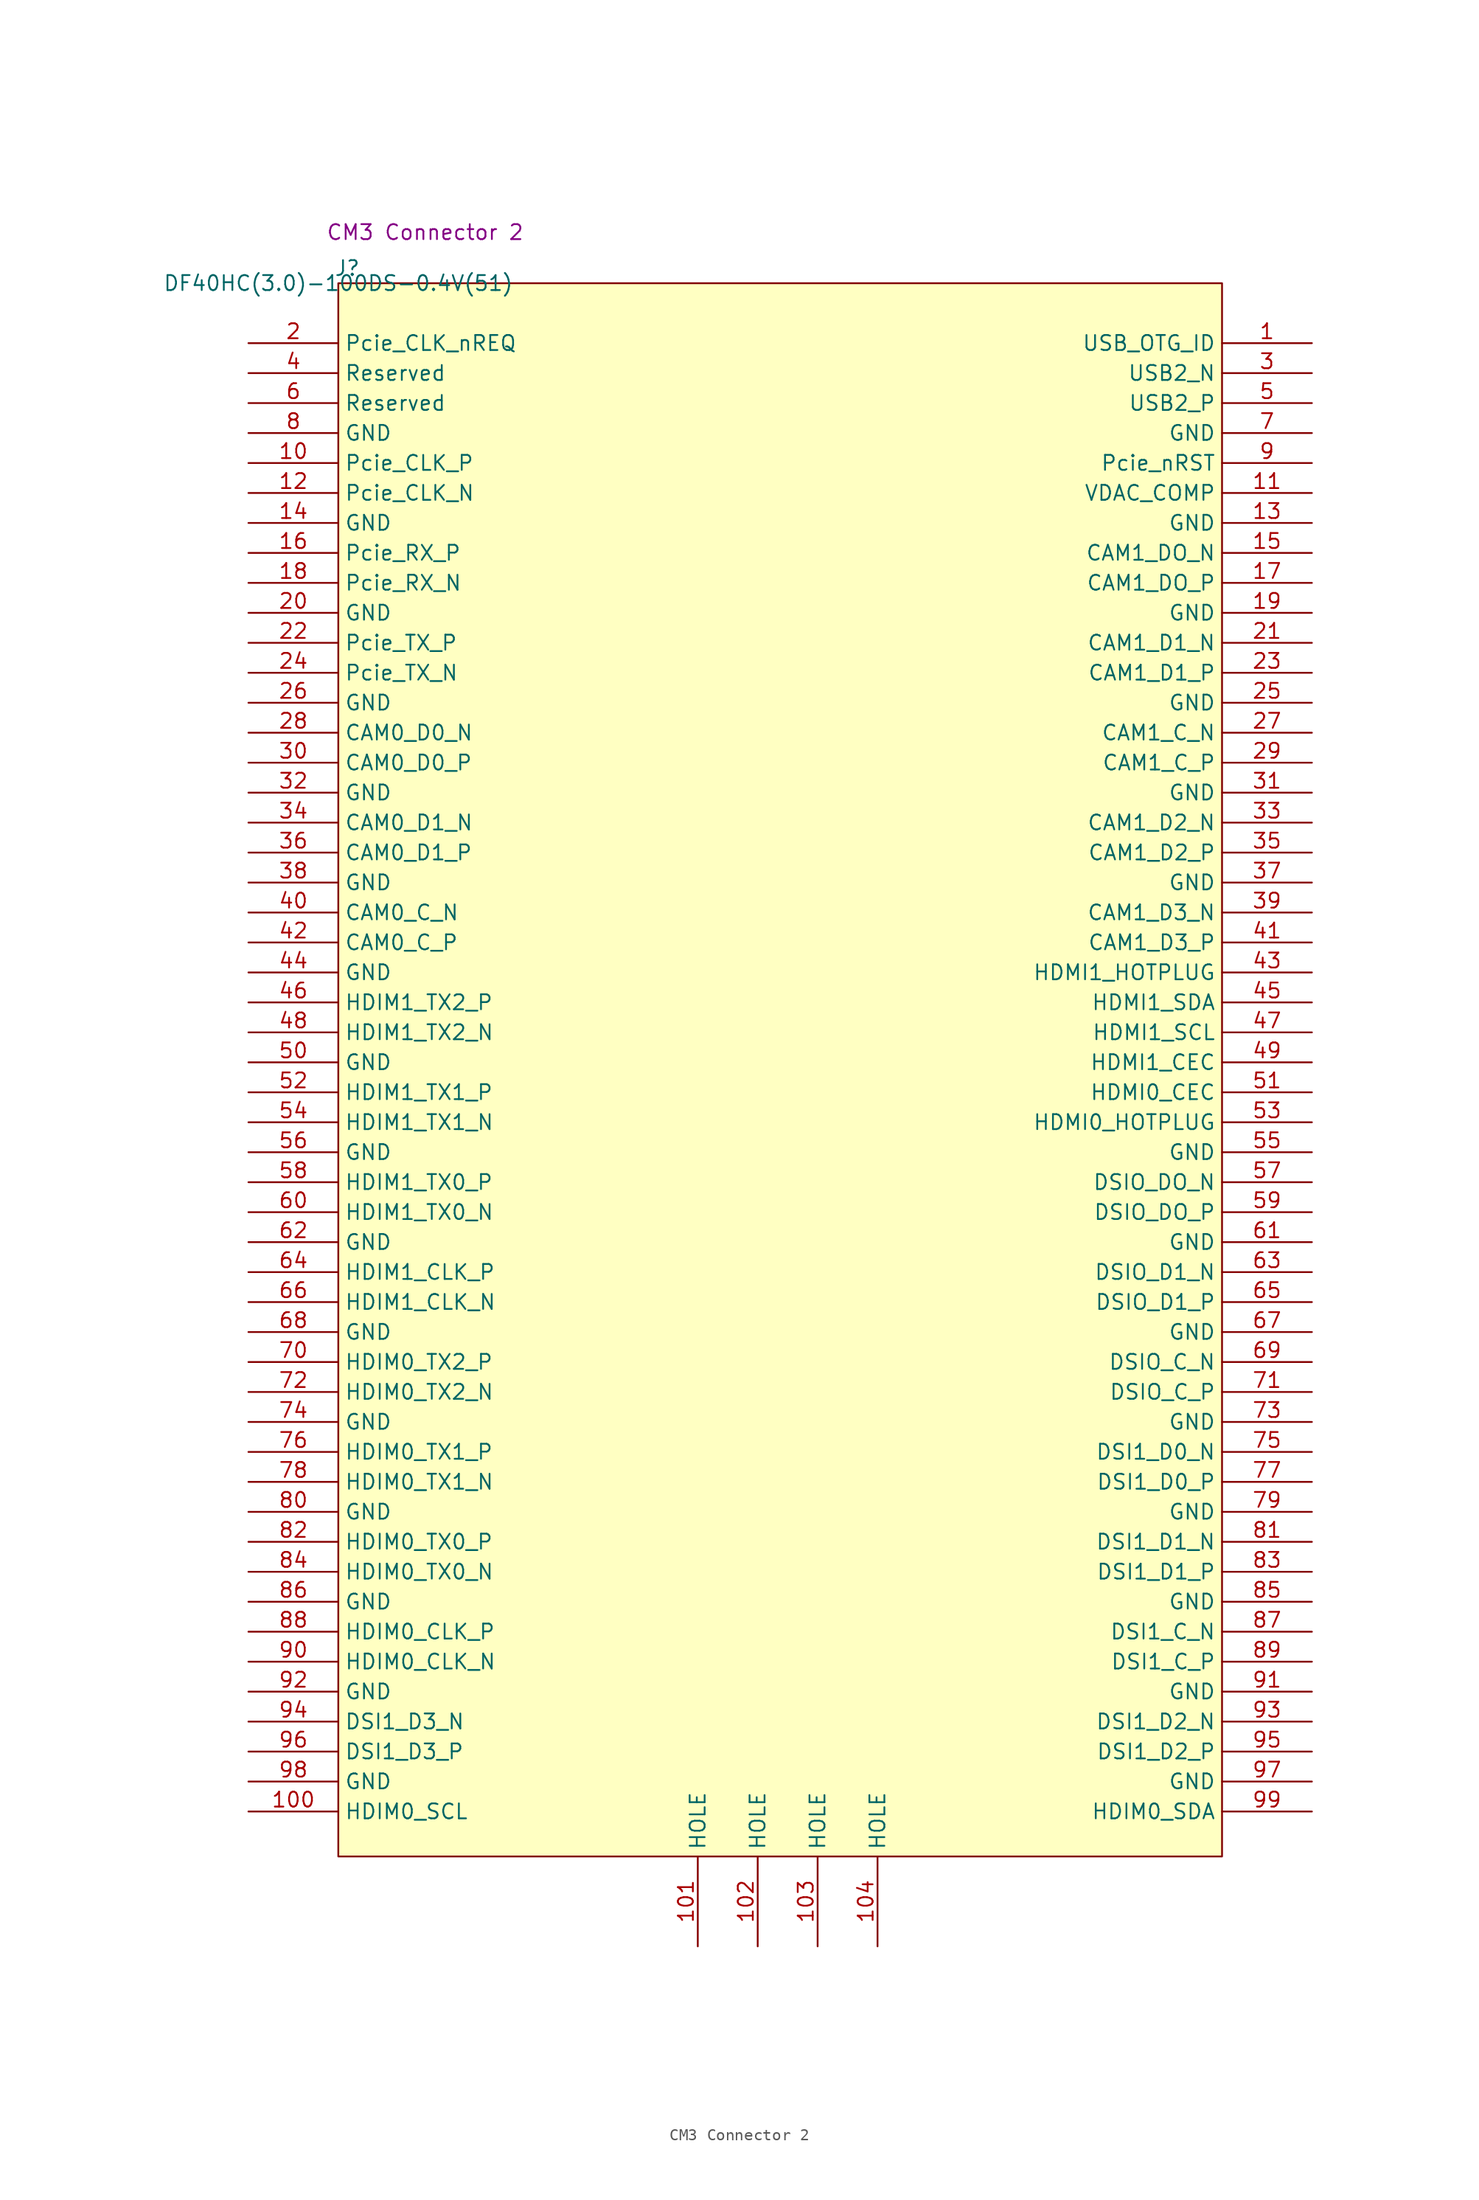
<source format=kicad_sym>
(kicad_symbol_lib
  (version 20241209)
  (generator "kicad_symbol_editor")
  (generator_version "9.0")
  (symbol "CM3 Connector 2"
    (property "Reference" "J"
      (at 0.762 1.27 0)
      (effects (font (size 1.27 1.27))))
    (property "Value" "DF40HC(3.0)-100DS-0.4V(51)"
      (at 0 0 0)
      (effects (font (size 1.27 1.27))))
    (property "Name" "CM3 Connector 2"
      (at 7.366 4.318 0)
      (effects (font (size 1.27 1.27))))
    (symbol "CM3 Connector 2_1_0"
      (rectangle (start 0 0) (end 74.93 -133.35) (stroke (width 0) (type solid) (color 128 0 0 1)) (fill (type background)))
      (pin passive line (at -7.62 -5.08 0) (length 7.62) (name "Pcie_CLK_nREQ" (effects (font (size 1.27 1.27)))) (number "2" (effects (font (size 1.27 1.27)))))
      (pin passive line (at -7.62 -7.62 0) (length 7.62) (name "Reserved" (effects (font (size 1.27 1.27)))) (number "4" (effects (font (size 1.27 1.27)))))
      (pin passive line (at -7.62 -10.16 0) (length 7.62) (name "Reserved" (effects (font (size 1.27 1.27)))) (number "6" (effects (font (size 1.27 1.27)))))
      (pin passive line (at -7.62 -12.7 0) (length 7.62) (name "GND" (effects (font (size 1.27 1.27)))) (number "8" (effects (font (size 1.27 1.27)))))
      (pin passive line (at -7.62 -15.24 0) (length 7.62) (name "Pcie_CLK_P" (effects (font (size 1.27 1.27)))) (number "10" (effects (font (size 1.27 1.27)))))
      (pin passive line (at -7.62 -17.78 0) (length 7.62) (name "Pcie_CLK_N" (effects (font (size 1.27 1.27)))) (number "12" (effects (font (size 1.27 1.27)))))
      (pin passive line (at -7.62 -20.32 0) (length 7.62) (name "GND" (effects (font (size 1.27 1.27)))) (number "14" (effects (font (size 1.27 1.27)))))
      (pin passive line (at -7.62 -22.86 0) (length 7.62) (name "Pcie_RX_P" (effects (font (size 1.27 1.27)))) (number "16" (effects (font (size 1.27 1.27)))))
      (pin passive line (at -7.62 -25.4 0) (length 7.62) (name "Pcie_RX_N" (effects (font (size 1.27 1.27)))) (number "18" (effects (font (size 1.27 1.27)))))
      (pin passive line (at -7.62 -27.94 0) (length 7.62) (name "GND" (effects (font (size 1.27 1.27)))) (number "20" (effects (font (size 1.27 1.27)))))
      (pin passive line (at -7.62 -30.48 0) (length 7.62) (name "Pcie_TX_P" (effects (font (size 1.27 1.27)))) (number "22" (effects (font (size 1.27 1.27)))))
      (pin passive line (at -7.62 -33.02 0) (length 7.62) (name "Pcie_TX_N" (effects (font (size 1.27 1.27)))) (number "24" (effects (font (size 1.27 1.27)))))
      (pin passive line (at -7.62 -35.56 0) (length 7.62) (name "GND" (effects (font (size 1.27 1.27)))) (number "26" (effects (font (size 1.27 1.27)))))
      (pin passive line (at -7.62 -38.1 0) (length 7.62) (name "CAM0_D0_N" (effects (font (size 1.27 1.27)))) (number "28" (effects (font (size 1.27 1.27)))))
      (pin passive line (at -7.62 -40.64 0) (length 7.62) (name "CAM0_D0_P" (effects (font (size 1.27 1.27)))) (number "30" (effects (font (size 1.27 1.27)))))
      (pin passive line (at -7.62 -43.18 0) (length 7.62) (name "GND" (effects (font (size 1.27 1.27)))) (number "32" (effects (font (size 1.27 1.27)))))
      (pin passive line (at -7.62 -45.72 0) (length 7.62) (name "CAM0_D1_N" (effects (font (size 1.27 1.27)))) (number "34" (effects (font (size 1.27 1.27)))))
      (pin passive line (at -7.62 -48.26 0) (length 7.62) (name "CAM0_D1_P" (effects (font (size 1.27 1.27)))) (number "36" (effects (font (size 1.27 1.27)))))
      (pin passive line (at -7.62 -50.8 0) (length 7.62) (name "GND" (effects (font (size 1.27 1.27)))) (number "38" (effects (font (size 1.27 1.27)))))
      (pin passive line (at -7.62 -53.34 0) (length 7.62) (name "CAM0_C_N" (effects (font (size 1.27 1.27)))) (number "40" (effects (font (size 1.27 1.27)))))
      (pin passive line (at -7.62 -55.88 0) (length 7.62) (name "CAM0_C_P" (effects (font (size 1.27 1.27)))) (number "42" (effects (font (size 1.27 1.27)))))
      (pin passive line (at -7.62 -58.42 0) (length 7.62) (name "GND" (effects (font (size 1.27 1.27)))) (number "44" (effects (font (size 1.27 1.27)))))
      (pin passive line (at -7.62 -60.96 0) (length 7.62) (name "HDIM1_TX2_P" (effects (font (size 1.27 1.27)))) (number "46" (effects (font (size 1.27 1.27)))))
      (pin passive line (at -7.62 -63.5 0) (length 7.62) (name "HDIM1_TX2_N" (effects (font (size 1.27 1.27)))) (number "48" (effects (font (size 1.27 1.27)))))
      (pin passive line (at -7.62 -66.04 0) (length 7.62) (name "GND" (effects (font (size 1.27 1.27)))) (number "50" (effects (font (size 1.27 1.27)))))
      (pin passive line (at -7.62 -68.58 0) (length 7.62) (name "HDIM1_TX1_P" (effects (font (size 1.27 1.27)))) (number "52" (effects (font (size 1.27 1.27)))))
      (pin passive line (at -7.62 -71.12 0) (length 7.62) (name "HDIM1_TX1_N" (effects (font (size 1.27 1.27)))) (number "54" (effects (font (size 1.27 1.27)))))
      (pin passive line (at -7.62 -73.66 0) (length 7.62) (name "GND" (effects (font (size 1.27 1.27)))) (number "56" (effects (font (size 1.27 1.27)))))
      (pin passive line (at -7.62 -76.2 0) (length 7.62) (name "HDIM1_TX0_P" (effects (font (size 1.27 1.27)))) (number "58" (effects (font (size 1.27 1.27)))))
      (pin passive line (at -7.62 -78.74 0) (length 7.62) (name "HDIM1_TX0_N" (effects (font (size 1.27 1.27)))) (number "60" (effects (font (size 1.27 1.27)))))
      (pin passive line (at -7.62 -81.28 0) (length 7.62) (name "GND" (effects (font (size 1.27 1.27)))) (number "62" (effects (font (size 1.27 1.27)))))
      (pin passive line (at -7.62 -83.82 0) (length 7.62) (name "HDIM1_CLK_P" (effects (font (size 1.27 1.27)))) (number "64" (effects (font (size 1.27 1.27)))))
      (pin passive line (at -7.62 -86.36 0) (length 7.62) (name "HDIM1_CLK_N" (effects (font (size 1.27 1.27)))) (number "66" (effects (font (size 1.27 1.27)))))
      (pin passive line (at -7.62 -88.9 0) (length 7.62) (name "GND" (effects (font (size 1.27 1.27)))) (number "68" (effects (font (size 1.27 1.27)))))
      (pin passive line (at -7.62 -91.44 0) (length 7.62) (name "HDIM0_TX2_P" (effects (font (size 1.27 1.27)))) (number "70" (effects (font (size 1.27 1.27)))))
      (pin passive line (at -7.62 -93.98 0) (length 7.62) (name "HDIM0_TX2_N" (effects (font (size 1.27 1.27)))) (number "72" (effects (font (size 1.27 1.27)))))
      (pin passive line (at -7.62 -96.52 0) (length 7.62) (name "GND" (effects (font (size 1.27 1.27)))) (number "74" (effects (font (size 1.27 1.27)))))
      (pin passive line (at -7.62 -99.06 0) (length 7.62) (name "HDIM0_TX1_P" (effects (font (size 1.27 1.27)))) (number "76" (effects (font (size 1.27 1.27)))))
      (pin passive line (at -7.62 -101.6 0) (length 7.62) (name "HDIM0_TX1_N" (effects (font (size 1.27 1.27)))) (number "78" (effects (font (size 1.27 1.27)))))
      (pin passive line (at -7.62 -104.14 0) (length 7.62) (name "GND" (effects (font (size 1.27 1.27)))) (number "80" (effects (font (size 1.27 1.27)))))
      (pin passive line (at -7.62 -106.68 0) (length 7.62) (name "HDIM0_TX0_P" (effects (font (size 1.27 1.27)))) (number "82" (effects (font (size 1.27 1.27)))))
      (pin passive line (at -7.62 -109.22 0) (length 7.62) (name "HDIM0_TX0_N" (effects (font (size 1.27 1.27)))) (number "84" (effects (font (size 1.27 1.27)))))
      (pin passive line (at -7.62 -111.76 0) (length 7.62) (name "GND" (effects (font (size 1.27 1.27)))) (number "86" (effects (font (size 1.27 1.27)))))
      (pin passive line (at -7.62 -114.3 0) (length 7.62) (name "HDIM0_CLK_P" (effects (font (size 1.27 1.27)))) (number "88" (effects (font (size 1.27 1.27)))))
      (pin passive line (at -7.62 -116.84 0) (length 7.62) (name "HDIM0_CLK_N" (effects (font (size 1.27 1.27)))) (number "90" (effects (font (size 1.27 1.27)))))
      (pin passive line (at -7.62 -119.38 0) (length 7.62) (name "GND" (effects (font (size 1.27 1.27)))) (number "92" (effects (font (size 1.27 1.27)))))
      (pin passive line (at -7.62 -121.92 0) (length 7.62) (name "DSI1_D3_N" (effects (font (size 1.27 1.27)))) (number "94" (effects (font (size 1.27 1.27)))))
      (pin passive line (at -7.62 -124.46 0) (length 7.62) (name "DSI1_D3_P" (effects (font (size 1.27 1.27)))) (number "96" (effects (font (size 1.27 1.27)))))
      (pin passive line (at -7.62 -127 0) (length 7.62) (name "GND" (effects (font (size 1.27 1.27)))) (number "98" (effects (font (size 1.27 1.27)))))
      (pin passive line (at -7.62 -129.54 0) (length 7.62) (name "HDIM0_SCL" (effects (font (size 1.27 1.27)))) (number "100" (effects (font (size 1.27 1.27)))))
      (pin passive line (at 30.48 -140.97 90) (length 7.62) (name "HOLE" (effects (font (size 1.27 1.27)))) (number "101" (effects (font (size 1.27 1.27)))))
      (pin passive line (at 35.56 -140.97 90) (length 7.62) (name "HOLE" (effects (font (size 1.27 1.27)))) (number "102" (effects (font (size 1.27 1.27)))))
      (pin passive line (at 40.64 -140.97 90) (length 7.62) (name "HOLE" (effects (font (size 1.27 1.27)))) (number "103" (effects (font (size 1.27 1.27)))))
      (pin passive line (at 45.72 -140.97 90) (length 7.62) (name "HOLE" (effects (font (size 1.27 1.27)))) (number "104" (effects (font (size 1.27 1.27)))))
      (pin passive line (at 82.55 -5.08 180) (length 7.62) (name "USB_OTG_ID" (effects (font (size 1.27 1.27)))) (number "1" (effects (font (size 1.27 1.27)))))
      (pin passive line (at 82.55 -7.62 180) (length 7.62) (name "USB2_N" (effects (font (size 1.27 1.27)))) (number "3" (effects (font (size 1.27 1.27)))))
      (pin passive line (at 82.55 -10.16 180) (length 7.62) (name "USB2_P" (effects (font (size 1.27 1.27)))) (number "5" (effects (font (size 1.27 1.27)))))
      (pin passive line (at 82.55 -12.7 180) (length 7.62) (name "GND" (effects (font (size 1.27 1.27)))) (number "7" (effects (font (size 1.27 1.27)))))
      (pin passive line (at 82.55 -15.24 180) (length 7.62) (name "Pcie_nRST" (effects (font (size 1.27 1.27)))) (number "9" (effects (font (size 1.27 1.27)))))
      (pin passive line (at 82.55 -17.78 180) (length 7.62) (name "VDAC_COMP" (effects (font (size 1.27 1.27)))) (number "11" (effects (font (size 1.27 1.27)))))
      (pin passive line (at 82.55 -20.32 180) (length 7.62) (name "GND" (effects (font (size 1.27 1.27)))) (number "13" (effects (font (size 1.27 1.27)))))
      (pin passive line (at 82.55 -22.86 180) (length 7.62) (name "CAM1_DO_N" (effects (font (size 1.27 1.27)))) (number "15" (effects (font (size 1.27 1.27)))))
      (pin passive line (at 82.55 -25.4 180) (length 7.62) (name "CAM1_DO_P" (effects (font (size 1.27 1.27)))) (number "17" (effects (font (size 1.27 1.27)))))
      (pin passive line (at 82.55 -27.94 180) (length 7.62) (name "GND" (effects (font (size 1.27 1.27)))) (number "19" (effects (font (size 1.27 1.27)))))
      (pin passive line (at 82.55 -30.48 180) (length 7.62) (name "CAM1_D1_N" (effects (font (size 1.27 1.27)))) (number "21" (effects (font (size 1.27 1.27)))))
      (pin passive line (at 82.55 -33.02 180) (length 7.62) (name "CAM1_D1_P" (effects (font (size 1.27 1.27)))) (number "23" (effects (font (size 1.27 1.27)))))
      (pin passive line (at 82.55 -35.56 180) (length 7.62) (name "GND" (effects (font (size 1.27 1.27)))) (number "25" (effects (font (size 1.27 1.27)))))
      (pin passive line (at 82.55 -38.1 180) (length 7.62) (name "CAM1_C_N" (effects (font (size 1.27 1.27)))) (number "27" (effects (font (size 1.27 1.27)))))
      (pin passive line (at 82.55 -40.64 180) (length 7.62) (name "CAM1_C_P" (effects (font (size 1.27 1.27)))) (number "29" (effects (font (size 1.27 1.27)))))
      (pin passive line (at 82.55 -43.18 180) (length 7.62) (name "GND" (effects (font (size 1.27 1.27)))) (number "31" (effects (font (size 1.27 1.27)))))
      (pin passive line (at 82.55 -45.72 180) (length 7.62) (name "CAM1_D2_N" (effects (font (size 1.27 1.27)))) (number "33" (effects (font (size 1.27 1.27)))))
      (pin passive line (at 82.55 -48.26 180) (length 7.62) (name "CAM1_D2_P" (effects (font (size 1.27 1.27)))) (number "35" (effects (font (size 1.27 1.27)))))
      (pin passive line (at 82.55 -50.8 180) (length 7.62) (name "GND" (effects (font (size 1.27 1.27)))) (number "37" (effects (font (size 1.27 1.27)))))
      (pin passive line (at 82.55 -53.34 180) (length 7.62) (name "CAM1_D3_N" (effects (font (size 1.27 1.27)))) (number "39" (effects (font (size 1.27 1.27)))))
      (pin passive line (at 82.55 -55.88 180) (length 7.62) (name "CAM1_D3_P" (effects (font (size 1.27 1.27)))) (number "41" (effects (font (size 1.27 1.27)))))
      (pin passive line (at 82.55 -58.42 180) (length 7.62) (name "HDMI1_HOTPLUG" (effects (font (size 1.27 1.27)))) (number "43" (effects (font (size 1.27 1.27)))))
      (pin passive line (at 82.55 -60.96 180) (length 7.62) (name "HDMI1_SDA" (effects (font (size 1.27 1.27)))) (number "45" (effects (font (size 1.27 1.27)))))
      (pin passive line (at 82.55 -63.5 180) (length 7.62) (name "HDMI1_SCL" (effects (font (size 1.27 1.27)))) (number "47" (effects (font (size 1.27 1.27)))))
      (pin passive line (at 82.55 -66.04 180) (length 7.62) (name "HDMI1_CEC" (effects (font (size 1.27 1.27)))) (number "49" (effects (font (size 1.27 1.27)))))
      (pin passive line (at 82.55 -68.58 180) (length 7.62) (name "HDMI0_CEC" (effects (font (size 1.27 1.27)))) (number "51" (effects (font (size 1.27 1.27)))))
      (pin passive line (at 82.55 -71.12 180) (length 7.62) (name "HDMI0_HOTPLUG" (effects (font (size 1.27 1.27)))) (number "53" (effects (font (size 1.27 1.27)))))
      (pin passive line (at 82.55 -73.66 180) (length 7.62) (name "GND" (effects (font (size 1.27 1.27)))) (number "55" (effects (font (size 1.27 1.27)))))
      (pin passive line (at 82.55 -76.2 180) (length 7.62) (name "DSIO_DO_N" (effects (font (size 1.27 1.27)))) (number "57" (effects (font (size 1.27 1.27)))))
      (pin passive line (at 82.55 -78.74 180) (length 7.62) (name "DSIO_DO_P" (effects (font (size 1.27 1.27)))) (number "59" (effects (font (size 1.27 1.27)))))
      (pin passive line (at 82.55 -81.28 180) (length 7.62) (name "GND" (effects (font (size 1.27 1.27)))) (number "61" (effects (font (size 1.27 1.27)))))
      (pin passive line (at 82.55 -83.82 180) (length 7.62) (name "DSIO_D1_N" (effects (font (size 1.27 1.27)))) (number "63" (effects (font (size 1.27 1.27)))))
      (pin passive line (at 82.55 -86.36 180) (length 7.62) (name "DSIO_D1_P" (effects (font (size 1.27 1.27)))) (number "65" (effects (font (size 1.27 1.27)))))
      (pin passive line (at 82.55 -88.9 180) (length 7.62) (name "GND" (effects (font (size 1.27 1.27)))) (number "67" (effects (font (size 1.27 1.27)))))
      (pin passive line (at 82.55 -91.44 180) (length 7.62) (name "DSIO_C_N" (effects (font (size 1.27 1.27)))) (number "69" (effects (font (size 1.27 1.27)))))
      (pin passive line (at 82.55 -93.98 180) (length 7.62) (name "DSIO_C_P" (effects (font (size 1.27 1.27)))) (number "71" (effects (font (size 1.27 1.27)))))
      (pin passive line (at 82.55 -96.52 180) (length 7.62) (name "GND" (effects (font (size 1.27 1.27)))) (number "73" (effects (font (size 1.27 1.27)))))
      (pin passive line (at 82.55 -99.06 180) (length 7.62) (name "DSI1_D0_N" (effects (font (size 1.27 1.27)))) (number "75" (effects (font (size 1.27 1.27)))))
      (pin passive line (at 82.55 -101.6 180) (length 7.62) (name "DSI1_D0_P" (effects (font (size 1.27 1.27)))) (number "77" (effects (font (size 1.27 1.27)))))
      (pin passive line (at 82.55 -104.14 180) (length 7.62) (name "GND" (effects (font (size 1.27 1.27)))) (number "79" (effects (font (size 1.27 1.27)))))
      (pin passive line (at 82.55 -106.68 180) (length 7.62) (name "DSI1_D1_N" (effects (font (size 1.27 1.27)))) (number "81" (effects (font (size 1.27 1.27)))))
      (pin passive line (at 82.55 -109.22 180) (length 7.62) (name "DSI1_D1_P" (effects (font (size 1.27 1.27)))) (number "83" (effects (font (size 1.27 1.27)))))
      (pin passive line (at 82.55 -111.76 180) (length 7.62) (name "GND" (effects (font (size 1.27 1.27)))) (number "85" (effects (font (size 1.27 1.27)))))
      (pin passive line (at 82.55 -114.3 180) (length 7.62) (name "DSI1_C_N" (effects (font (size 1.27 1.27)))) (number "87" (effects (font (size 1.27 1.27)))))
      (pin passive line (at 82.55 -116.84 180) (length 7.62) (name "DSI1_C_P" (effects (font (size 1.27 1.27)))) (number "89" (effects (font (size 1.27 1.27)))))
      (pin passive line (at 82.55 -119.38 180) (length 7.62) (name "GND" (effects (font (size 1.27 1.27)))) (number "91" (effects (font (size 1.27 1.27)))))
      (pin passive line (at 82.55 -121.92 180) (length 7.62) (name "DSI1_D2_N" (effects (font (size 1.27 1.27)))) (number "93" (effects (font (size 1.27 1.27)))))
      (pin passive line (at 82.55 -124.46 180) (length 7.62) (name "DSI1_D2_P" (effects (font (size 1.27 1.27)))) (number "95" (effects (font (size 1.27 1.27)))))
      (pin passive line (at 82.55 -127 180) (length 7.62) (name "GND" (effects (font (size 1.27 1.27)))) (number "97" (effects (font (size 1.27 1.27)))))
      (pin passive line (at 82.55 -129.54 180) (length 7.62) (name "HDIM0_SDA" (effects (font (size 1.27 1.27)))) (number "99" (effects (font (size 1.27 1.27))))))))
</source>
